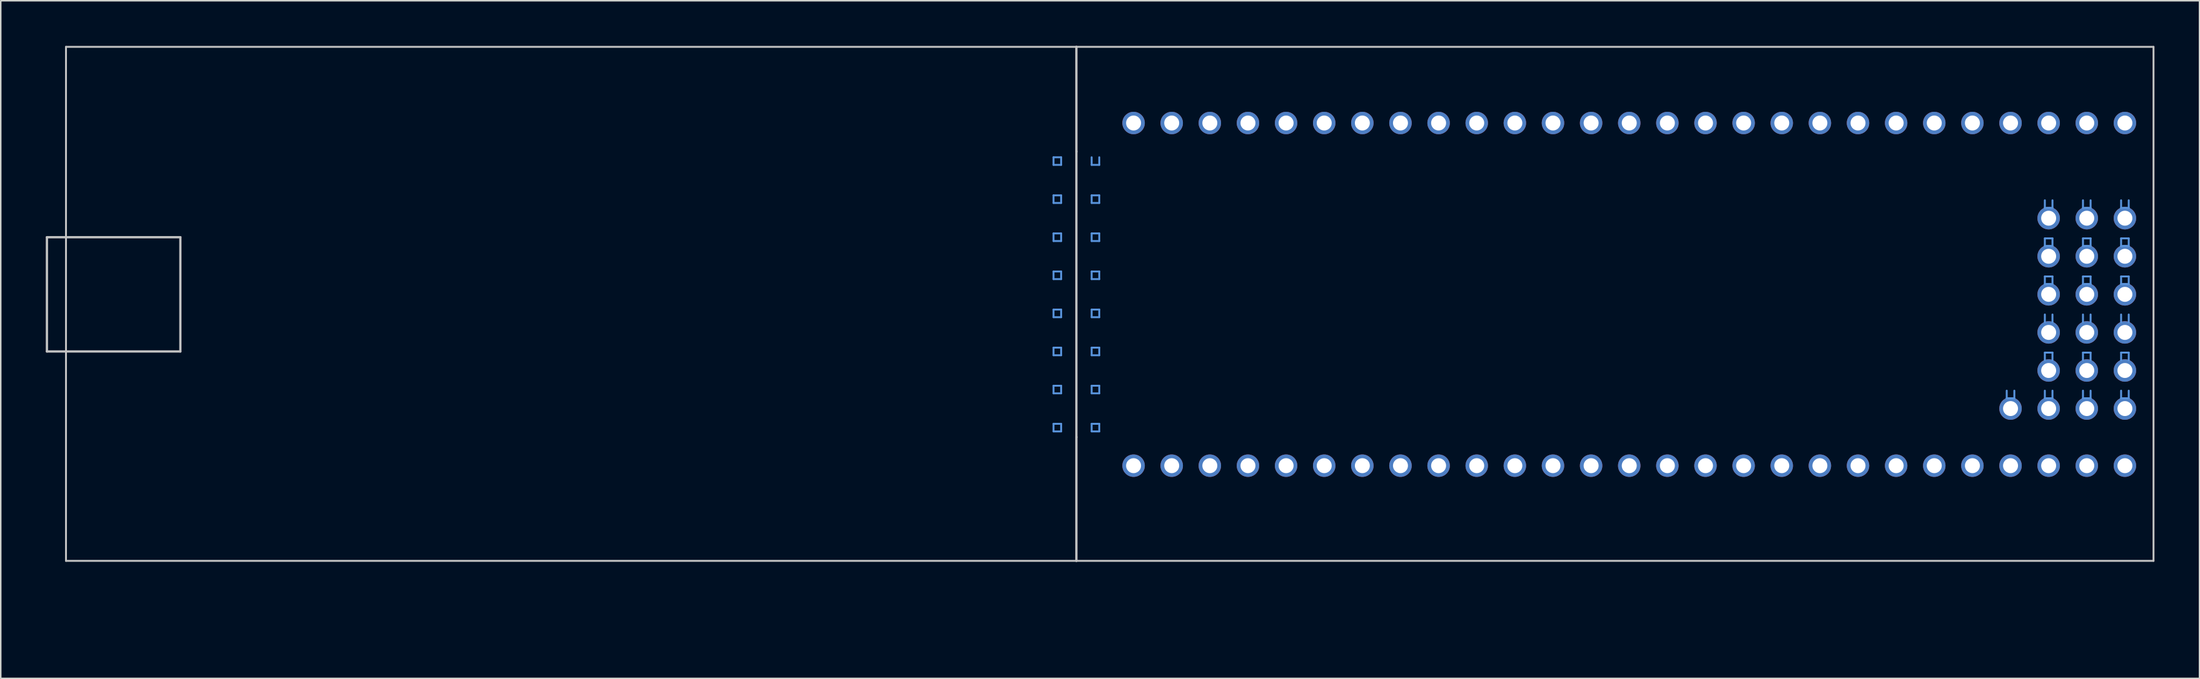
<source format=kicad_pcb>
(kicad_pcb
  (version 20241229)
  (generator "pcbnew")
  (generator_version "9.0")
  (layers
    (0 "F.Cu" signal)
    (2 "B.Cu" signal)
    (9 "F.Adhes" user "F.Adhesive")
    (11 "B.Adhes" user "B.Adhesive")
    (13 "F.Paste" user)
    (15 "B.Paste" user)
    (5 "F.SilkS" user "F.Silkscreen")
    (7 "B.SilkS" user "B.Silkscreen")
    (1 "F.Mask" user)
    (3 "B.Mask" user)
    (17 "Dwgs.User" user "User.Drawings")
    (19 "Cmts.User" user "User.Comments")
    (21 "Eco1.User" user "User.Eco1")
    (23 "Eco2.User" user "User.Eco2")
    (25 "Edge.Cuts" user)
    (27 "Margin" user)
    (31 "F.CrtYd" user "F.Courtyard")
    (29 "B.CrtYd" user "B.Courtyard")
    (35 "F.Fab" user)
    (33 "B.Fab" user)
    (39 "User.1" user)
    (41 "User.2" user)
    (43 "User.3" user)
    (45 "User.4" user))
  (footprint "LPCXPRESSO_LPC1769"
    (layer "F.Cu")
    (at 72.466 28.016)
    (property "Reference" "LPCXPRESSO_LPC1769" (at -1.778 2.413 90) (layer "Eco1.User") (effects (font (size 1 1) (thickness 0.25))))
    (attr through_hole)
    (fp_line (start -72.39 -15.24) (end -72.39 -7.62) (stroke (width 0.152) (type solid)) (layer "Dwgs.User"))
    (fp_line (start -72.39 -7.62) (end -71.12 -7.62) (stroke (width 0.152) (type solid)) (layer "Dwgs.User"))
    (fp_line (start -71.12 -27.94) (end -3.81 -27.94) (stroke (width 0.127) (type solid)) (layer "Dwgs.User"))
    (fp_line (start -71.12 -15.24) (end -72.39 -15.24) (stroke (width 0.152) (type solid)) (layer "Dwgs.User"))
    (fp_line (start -71.12 -15.24) (end -71.12 -27.94) (stroke (width 0.127) (type solid)) (layer "Dwgs.User"))
    (fp_line (start -71.12 -7.62) (end -71.12 -15.24) (stroke (width 0.127) (type solid)) (layer "Dwgs.User"))
    (fp_line (start -71.12 -7.62) (end -63.5 -7.62) (stroke (width 0.152) (type solid)) (layer "Dwgs.User"))
    (fp_line (start -71.12 6.35) (end -71.12 -7.62) (stroke (width 0.127) (type solid)) (layer "Dwgs.User"))
    (fp_line (start -63.5 -15.24) (end -71.12 -15.24) (stroke (width 0.152) (type solid)) (layer "Dwgs.User"))
    (fp_line (start -63.5 -15.24) (end -63.5 -7.62) (stroke (width 0.152) (type solid)) (layer "Dwgs.User"))
    (fp_line (start -3.81 -27.94) (end 67.945 -27.94) (stroke (width 0.127) (type solid)) (layer "Dwgs.User"))
    (fp_line (start -3.81 -20.955) (end -3.81 -27.94) (stroke (width 0.152) (type solid)) (layer "Dwgs.User"))
    (fp_line (start -3.81 -1.905) (end -3.81 -20.955) (stroke (width 0.15) (type solid)) (layer "Dwgs.User"))
    (fp_line (start -3.81 6.35) (end -71.12 6.35) (stroke (width 0.127) (type solid)) (layer "Dwgs.User"))
    (fp_line (start -3.81 6.35) (end -3.81 -1.905) (stroke (width 0.152) (type solid)) (layer "Dwgs.User"))
    (fp_line (start 67.945 -27.94) (end 67.945 6.35) (stroke (width 0.127) (type solid)) (layer "Dwgs.User"))
    (fp_line (start 67.945 6.35) (end -3.81 6.35) (stroke (width 0.127) (type solid)) (layer "Dwgs.User"))
    (fp_line (start -5.334 -20.574) (end -5.334 -20.066) (stroke (width 0.127) (type solid)) (layer "Cmts.User"))
    (fp_line (start -5.334 -20.066) (end -4.826 -20.066) (stroke (width 0.127) (type solid)) (layer "Cmts.User"))
    (fp_line (start -5.334 -18.034) (end -5.334 -17.526) (stroke (width 0.127) (type solid)) (layer "Cmts.User"))
    (fp_line (start -5.334 -17.526) (end -4.826 -17.526) (stroke (width 0.127) (type solid)) (layer "Cmts.User"))
    (fp_line (start -5.334 -15.494) (end -5.334 -14.986) (stroke (width 0.127) (type solid)) (layer "Cmts.User"))
    (fp_line (start -5.334 -14.986) (end -4.826 -14.986) (stroke (width 0.127) (type solid)) (layer "Cmts.User"))
    (fp_line (start -5.334 -12.954) (end -5.334 -12.446) (stroke (width 0.127) (type solid)) (layer "Cmts.User"))
    (fp_line (start -5.334 -12.446) (end -4.826 -12.446) (stroke (width 0.127) (type solid)) (layer "Cmts.User"))
    (fp_line (start -5.334 -10.414) (end -5.334 -9.906) (stroke (width 0.127) (type solid)) (layer "Cmts.User"))
    (fp_line (start -5.334 -9.906) (end -4.826 -9.906) (stroke (width 0.127) (type solid)) (layer "Cmts.User"))
    (fp_line (start -5.334 -7.874) (end -5.334 -7.366) (stroke (width 0.127) (type solid)) (layer "Cmts.User"))
    (fp_line (start -5.334 -7.366) (end -4.826 -7.366) (stroke (width 0.127) (type solid)) (layer "Cmts.User"))
    (fp_line (start -5.334 -5.334) (end -5.334 -4.826) (stroke (width 0.127) (type solid)) (layer "Cmts.User"))
    (fp_line (start -5.334 -4.826) (end -4.826 -4.826) (stroke (width 0.127) (type solid)) (layer "Cmts.User"))
    (fp_line (start -5.334 -2.794) (end -5.334 -2.286) (stroke (width 0.127) (type solid)) (layer "Cmts.User"))
    (fp_line (start -5.334 -2.286) (end -4.826 -2.286) (stroke (width 0.127) (type solid)) (layer "Cmts.User"))
    (fp_line (start -4.826 -20.574) (end -5.334 -20.574) (stroke (width 0.127) (type solid)) (layer "Cmts.User"))
    (fp_line (start -4.826 -20.066) (end -4.826 -20.574) (stroke (width 0.127) (type solid)) (layer "Cmts.User"))
    (fp_line (start -4.826 -18.034) (end -5.334 -18.034) (stroke (width 0.127) (type solid)) (layer "Cmts.User"))
    (fp_line (start -4.826 -17.526) (end -4.826 -18.034) (stroke (width 0.127) (type solid)) (layer "Cmts.User"))
    (fp_line (start -4.826 -15.494) (end -5.334 -15.494) (stroke (width 0.127) (type solid)) (layer "Cmts.User"))
    (fp_line (start -4.826 -14.986) (end -4.826 -15.494) (stroke (width 0.127) (type solid)) (layer "Cmts.User"))
    (fp_line (start -4.826 -12.954) (end -5.334 -12.954) (stroke (width 0.127) (type solid)) (layer "Cmts.User"))
    (fp_line (start -4.826 -12.446) (end -4.826 -12.954) (stroke (width 0.127) (type solid)) (layer "Cmts.User"))
    (fp_line (start -4.826 -10.414) (end -5.334 -10.414) (stroke (width 0.127) (type solid)) (layer "Cmts.User"))
    (fp_line (start -4.826 -9.906) (end -4.826 -10.414) (stroke (width 0.127) (type solid)) (layer "Cmts.User"))
    (fp_line (start -4.826 -7.874) (end -5.334 -7.874) (stroke (width 0.127) (type solid)) (layer "Cmts.User"))
    (fp_line (start -4.826 -7.366) (end -4.826 -7.874) (stroke (width 0.127) (type solid)) (layer "Cmts.User"))
    (fp_line (start -4.826 -5.334) (end -5.334 -5.334) (stroke (width 0.127) (type solid)) (layer "Cmts.User"))
    (fp_line (start -4.826 -4.826) (end -4.826 -5.334) (stroke (width 0.127) (type solid)) (layer "Cmts.User"))
    (fp_line (start -4.826 -2.794) (end -5.334 -2.794) (stroke (width 0.127) (type solid)) (layer "Cmts.User"))
    (fp_line (start -4.826 -2.286) (end -4.826 -2.794) (stroke (width 0.127) (type solid)) (layer "Cmts.User"))
    (fp_line (start -2.794 -20.574) (end -2.794 -20.066) (stroke (width 0.127) (type solid)) (layer "Cmts.User"))
    (fp_line (start -2.794 -20.066) (end -2.286 -20.066) (stroke (width 0.127) (type solid)) (layer "Cmts.User"))
    (fp_line (start -2.794 -18.034) (end -2.794 -17.526) (stroke (width 0.127) (type solid)) (layer "Cmts.User"))
    (fp_line (start -2.794 -17.526) (end -2.286 -17.526) (stroke (width 0.127) (type solid)) (layer "Cmts.User"))
    (fp_line (start -2.794 -15.494) (end -2.794 -14.986) (stroke (width 0.127) (type solid)) (layer "Cmts.User"))
    (fp_line (start -2.794 -14.986) (end -2.286 -14.986) (stroke (width 0.127) (type solid)) (layer "Cmts.User"))
    (fp_line (start -2.794 -12.954) (end -2.794 -12.446) (stroke (width 0.127) (type solid)) (layer "Cmts.User"))
    (fp_line (start -2.794 -12.446) (end -2.286 -12.446) (stroke (width 0.127) (type solid)) (layer "Cmts.User"))
    (fp_line (start -2.794 -10.414) (end -2.794 -9.906) (stroke (width 0.127) (type solid)) (layer "Cmts.User"))
    (fp_line (start -2.794 -9.906) (end -2.286 -9.906) (stroke (width 0.127) (type solid)) (layer "Cmts.User"))
    (fp_line (start -2.794 -7.874) (end -2.794 -7.366) (stroke (width 0.127) (type solid)) (layer "Cmts.User"))
    (fp_line (start -2.794 -7.366) (end -2.286 -7.366) (stroke (width 0.127) (type solid)) (layer "Cmts.User"))
    (fp_line (start -2.794 -5.334) (end -2.794 -4.826) (stroke (width 0.127) (type solid)) (layer "Cmts.User"))
    (fp_line (start -2.794 -4.826) (end -2.286 -4.826) (stroke (width 0.127) (type solid)) (layer "Cmts.User"))
    (fp_line (start -2.794 -2.794) (end -2.794 -2.286) (stroke (width 0.127) (type solid)) (layer "Cmts.User"))
    (fp_line (start -2.794 -2.286) (end -2.286 -2.286) (stroke (width 0.127) (type solid)) (layer "Cmts.User"))
    (fp_line (start -2.286 -20.066) (end -2.286 -20.574) (stroke (width 0.127) (type solid)) (layer "Cmts.User"))
    (fp_line (start -2.286 -18.034) (end -2.794 -18.034) (stroke (width 0.127) (type solid)) (layer "Cmts.User"))
    (fp_line (start -2.286 -17.526) (end -2.286 -18.034) (stroke (width 0.127) (type solid)) (layer "Cmts.User"))
    (fp_line (start -2.286 -15.494) (end -2.794 -15.494) (stroke (width 0.127) (type solid)) (layer "Cmts.User"))
    (fp_line (start -2.286 -14.986) (end -2.286 -15.494) (stroke (width 0.127) (type solid)) (layer "Cmts.User"))
    (fp_line (start -2.286 -12.954) (end -2.794 -12.954) (stroke (width 0.127) (type solid)) (layer "Cmts.User"))
    (fp_line (start -2.286 -12.446) (end -2.286 -12.954) (stroke (width 0.127) (type solid)) (layer "Cmts.User"))
    (fp_line (start -2.286 -10.414) (end -2.794 -10.414) (stroke (width 0.127) (type solid)) (layer "Cmts.User"))
    (fp_line (start -2.286 -9.906) (end -2.286 -10.414) (stroke (width 0.127) (type solid)) (layer "Cmts.User"))
    (fp_line (start -2.286 -7.874) (end -2.794 -7.874) (stroke (width 0.127) (type solid)) (layer "Cmts.User"))
    (fp_line (start -2.286 -7.366) (end -2.286 -7.874) (stroke (width 0.127) (type solid)) (layer "Cmts.User"))
    (fp_line (start -2.286 -5.334) (end -2.794 -5.334) (stroke (width 0.127) (type solid)) (layer "Cmts.User"))
    (fp_line (start -2.286 -4.826) (end -2.286 -5.334) (stroke (width 0.127) (type solid)) (layer "Cmts.User"))
    (fp_line (start -2.286 -2.794) (end -2.794 -2.794) (stroke (width 0.127) (type solid)) (layer "Cmts.User"))
    (fp_line (start -2.286 -2.286) (end -2.286 -2.794) (stroke (width 0.127) (type solid)) (layer "Cmts.User"))
    (fp_line (start -0.254 -23.114) (end -0.254 -22.603) (stroke (width 0.127) (type solid)) (layer "Cmts.User"))
    (fp_line (start -0.254 -22.603) (end 0.254 -22.603) (stroke (width 0.127) (type solid)) (layer "Cmts.User"))
    (fp_line (start 0.254 -23.114) (end -0.254 -23.114) (stroke (width 0.127) (type solid)) (layer "Cmts.User"))
    (fp_line (start 0.254 -22.603) (end 0.254 -23.114) (stroke (width 0.127) (type solid)) (layer "Cmts.User"))
    (fp_line (start 2.286 -23.114) (end 2.286 -22.603) (stroke (width 0.127) (type solid)) (layer "Cmts.User"))
    (fp_line (start 2.286 -22.603) (end 2.794 -22.603) (stroke (width 0.127) (type solid)) (layer "Cmts.User"))
    (fp_line (start 2.286 -0.254) (end 2.286 0.254) (stroke (width 0.127) (type solid)) (layer "Cmts.User"))
    (fp_line (start 2.286 0.254) (end 2.794 0.254) (stroke (width 0.127) (type solid)) (layer "Cmts.User"))
    (fp_line (start 2.794 -23.114) (end 2.286 -23.114) (stroke (width 0.127) (type solid)) (layer "Cmts.User"))
    (fp_line (start 2.794 -22.603) (end 2.794 -23.114) (stroke (width 0.127) (type solid)) (layer "Cmts.User"))
    (fp_line (start 2.794 0.254) (end 2.794 -0.254) (stroke (width 0.127) (type solid)) (layer "Cmts.User"))
    (fp_line (start 4.826 -23.114) (end 4.826 -22.603) (stroke (width 0.127) (type solid)) (layer "Cmts.User"))
    (fp_line (start 4.826 -22.603) (end 5.334 -22.603) (stroke (width 0.127) (type solid)) (layer "Cmts.User"))
    (fp_line (start 4.826 -0.254) (end 4.826 0.254) (stroke (width 0.127) (type solid)) (layer "Cmts.User"))
    (fp_line (start 4.826 0.254) (end 5.334 0.254) (stroke (width 0.127) (type solid)) (layer "Cmts.User"))
    (fp_line (start 5.334 -23.114) (end 4.826 -23.114) (stroke (width 0.127) (type solid)) (layer "Cmts.User"))
    (fp_line (start 5.334 -22.603) (end 5.334 -23.114) (stroke (width 0.127) (type solid)) (layer "Cmts.User"))
    (fp_line (start 5.334 0.254) (end 5.334 -0.254) (stroke (width 0.127) (type solid)) (layer "Cmts.User"))
    (fp_line (start 7.366 -23.114) (end 7.366 -22.603) (stroke (width 0.127) (type solid)) (layer "Cmts.User"))
    (fp_line (start 7.366 -22.603) (end 7.874 -22.603) (stroke (width 0.127) (type solid)) (layer "Cmts.User"))
    (fp_line (start 7.366 -0.254) (end 7.366 0.254) (stroke (width 0.127) (type solid)) (layer "Cmts.User"))
    (fp_line (start 7.366 0.254) (end 7.874 0.254) (stroke (width 0.127) (type solid)) (layer "Cmts.User"))
    (fp_line (start 7.874 -23.114) (end 7.366 -23.114) (stroke (width 0.127) (type solid)) (layer "Cmts.User"))
    (fp_line (start 7.874 -22.603) (end 7.874 -23.114) (stroke (width 0.127) (type solid)) (layer "Cmts.User"))
    (fp_line (start 7.874 0.254) (end 7.874 -0.254) (stroke (width 0.127) (type solid)) (layer "Cmts.User"))
    (fp_line (start 9.906 -23.114) (end 9.906 -22.603) (stroke (width 0.127) (type solid)) (layer "Cmts.User"))
    (fp_line (start 9.906 -22.603) (end 10.414 -22.603) (stroke (width 0.127) (type solid)) (layer "Cmts.User"))
    (fp_line (start 9.906 -0.254) (end 9.906 0.254) (stroke (width 0.127) (type solid)) (layer "Cmts.User"))
    (fp_line (start 9.906 0.254) (end 10.414 0.254) (stroke (width 0.127) (type solid)) (layer "Cmts.User"))
    (fp_line (start 10.414 -23.114) (end 9.906 -23.114) (stroke (width 0.127) (type solid)) (layer "Cmts.User"))
    (fp_line (start 10.414 -22.603) (end 10.414 -23.114) (stroke (width 0.127) (type solid)) (layer "Cmts.User"))
    (fp_line (start 10.414 0.254) (end 10.414 -0.254) (stroke (width 0.127) (type solid)) (layer "Cmts.User"))
    (fp_line (start 12.446 -23.114) (end 12.446 -22.603) (stroke (width 0.127) (type solid)) (layer "Cmts.User"))
    (fp_line (start 12.446 -22.603) (end 12.954 -22.603) (stroke (width 0.127) (type solid)) (layer "Cmts.User"))
    (fp_line (start 12.446 -0.254) (end 12.446 0.254) (stroke (width 0.127) (type solid)) (layer "Cmts.User"))
    (fp_line (start 12.446 0.254) (end 12.954 0.254) (stroke (width 0.127) (type solid)) (layer "Cmts.User"))
    (fp_line (start 12.954 -23.114) (end 12.446 -23.114) (stroke (width 0.127) (type solid)) (layer "Cmts.User"))
    (fp_line (start 12.954 -22.603) (end 12.954 -23.114) (stroke (width 0.127) (type solid)) (layer "Cmts.User"))
    (fp_line (start 12.954 0.254) (end 12.954 -0.254) (stroke (width 0.127) (type solid)) (layer "Cmts.User"))
    (fp_line (start 14.986 -23.114) (end 14.986 -22.603) (stroke (width 0.127) (type solid)) (layer "Cmts.User"))
    (fp_line (start 14.986 -22.603) (end 15.494 -22.603) (stroke (width 0.127) (type solid)) (layer "Cmts.User"))
    (fp_line (start 14.986 -0.254) (end 14.986 0.254) (stroke (width 0.127) (type solid)) (layer "Cmts.User"))
    (fp_line (start 14.986 0.254) (end 15.494 0.254) (stroke (width 0.127) (type solid)) (layer "Cmts.User"))
    (fp_line (start 15.494 -23.114) (end 14.986 -23.114) (stroke (width 0.127) (type solid)) (layer "Cmts.User"))
    (fp_line (start 15.494 -22.603) (end 15.494 -23.114) (stroke (width 0.127) (type solid)) (layer "Cmts.User"))
    (fp_line (start 15.494 0.254) (end 15.494 -0.254) (stroke (width 0.127) (type solid)) (layer "Cmts.User"))
    (fp_line (start 17.526 -23.114) (end 17.526 -22.603) (stroke (width 0.127) (type solid)) (layer "Cmts.User"))
    (fp_line (start 17.526 -22.603) (end 18.034 -22.603) (stroke (width 0.127) (type solid)) (layer "Cmts.User"))
    (fp_line (start 17.526 -0.254) (end 17.526 0.254) (stroke (width 0.127) (type solid)) (layer "Cmts.User"))
    (fp_line (start 17.526 0.254) (end 18.034 0.254) (stroke (width 0.127) (type solid)) (layer "Cmts.User"))
    (fp_line (start 18.034 -23.114) (end 17.526 -23.114) (stroke (width 0.127) (type solid)) (layer "Cmts.User"))
    (fp_line (start 18.034 -22.603) (end 18.034 -23.114) (stroke (width 0.127) (type solid)) (layer "Cmts.User"))
    (fp_line (start 18.034 0.254) (end 18.034 -0.254) (stroke (width 0.127) (type solid)) (layer "Cmts.User"))
    (fp_line (start 20.066 -23.114) (end 20.066 -22.603) (stroke (width 0.127) (type solid)) (layer "Cmts.User"))
    (fp_line (start 20.066 -22.603) (end 20.574 -22.603) (stroke (width 0.127) (type solid)) (layer "Cmts.User"))
    (fp_line (start 20.066 -0.254) (end 20.066 0.254) (stroke (width 0.127) (type solid)) (layer "Cmts.User"))
    (fp_line (start 20.066 0.254) (end 20.574 0.254) (stroke (width 0.127) (type solid)) (layer "Cmts.User"))
    (fp_line (start 20.574 -23.114) (end 20.066 -23.114) (stroke (width 0.127) (type solid)) (layer "Cmts.User"))
    (fp_line (start 20.574 -22.603) (end 20.574 -23.114) (stroke (width 0.127) (type solid)) (layer "Cmts.User"))
    (fp_line (start 20.574 0.254) (end 20.574 -0.254) (stroke (width 0.127) (type solid)) (layer "Cmts.User"))
    (fp_line (start 22.606 -23.114) (end 22.606 -22.603) (stroke (width 0.127) (type solid)) (layer "Cmts.User"))
    (fp_line (start 22.606 -22.603) (end 23.114 -22.603) (stroke (width 0.127) (type solid)) (layer "Cmts.User"))
    (fp_line (start 22.606 -0.254) (end 22.606 0.254) (stroke (width 0.127) (type solid)) (layer "Cmts.User"))
    (fp_line (start 22.606 0.254) (end 23.114 0.254) (stroke (width 0.127) (type solid)) (layer "Cmts.User"))
    (fp_line (start 23.114 -23.114) (end 22.606 -23.114) (stroke (width 0.127) (type solid)) (layer "Cmts.User"))
    (fp_line (start 23.114 -22.603) (end 23.114 -23.114) (stroke (width 0.127) (type solid)) (layer "Cmts.User"))
    (fp_line (start 23.114 0.254) (end 23.114 -0.254) (stroke (width 0.127) (type solid)) (layer "Cmts.User"))
    (fp_line (start 25.146 -23.114) (end 25.146 -22.603) (stroke (width 0.127) (type solid)) (layer "Cmts.User"))
    (fp_line (start 25.146 -22.603) (end 25.654 -22.603) (stroke (width 0.127) (type solid)) (layer "Cmts.User"))
    (fp_line (start 25.146 -0.254) (end 25.146 0.254) (stroke (width 0.127) (type solid)) (layer "Cmts.User"))
    (fp_line (start 25.146 0.254) (end 25.654 0.254) (stroke (width 0.127) (type solid)) (layer "Cmts.User"))
    (fp_line (start 25.654 -23.114) (end 25.146 -23.114) (stroke (width 0.127) (type solid)) (layer "Cmts.User"))
    (fp_line (start 25.654 -22.603) (end 25.654 -23.114) (stroke (width 0.127) (type solid)) (layer "Cmts.User"))
    (fp_line (start 25.654 0.254) (end 25.654 -0.254) (stroke (width 0.127) (type solid)) (layer "Cmts.User"))
    (fp_line (start 27.686 -23.114) (end 27.686 -22.603) (stroke (width 0.127) (type solid)) (layer "Cmts.User"))
    (fp_line (start 27.686 -22.603) (end 28.194 -22.603) (stroke (width 0.127) (type solid)) (layer "Cmts.User"))
    (fp_line (start 27.686 -0.254) (end 27.686 0.254) (stroke (width 0.127) (type solid)) (layer "Cmts.User"))
    (fp_line (start 28.194 -23.114) (end 27.686 -23.114) (stroke (width 0.127) (type solid)) (layer "Cmts.User"))
    (fp_line (start 28.194 -22.603) (end 28.194 -23.114) (stroke (width 0.127) (type solid)) (layer "Cmts.User"))
    (fp_line (start 28.194 0.254) (end 28.194 -0.254) (stroke (width 0.127) (type solid)) (layer "Cmts.User"))
    (fp_line (start 30.226 -23.114) (end 30.226 -22.603) (stroke (width 0.127) (type solid)) (layer "Cmts.User"))
    (fp_line (start 30.226 -22.603) (end 30.734 -22.603) (stroke (width 0.127) (type solid)) (layer "Cmts.User"))
    (fp_line (start 30.226 -0.254) (end 30.226 0.254) (stroke (width 0.127) (type solid)) (layer "Cmts.User"))
    (fp_line (start 30.226 0.254) (end 30.734 0.254) (stroke (width 0.127) (type solid)) (layer "Cmts.User"))
    (fp_line (start 30.734 -23.114) (end 30.226 -23.114) (stroke (width 0.127) (type solid)) (layer "Cmts.User"))
    (fp_line (start 30.734 -22.603) (end 30.734 -23.114) (stroke (width 0.127) (type solid)) (layer "Cmts.User"))
    (fp_line (start 30.734 0.254) (end 30.734 -0.254) (stroke (width 0.127) (type solid)) (layer "Cmts.User"))
    (fp_line (start 32.766 -23.114) (end 32.766 -22.603) (stroke (width 0.127) (type solid)) (layer "Cmts.User"))
    (fp_line (start 32.766 -22.603) (end 33.274 -22.603) (stroke (width 0.127) (type solid)) (layer "Cmts.User"))
    (fp_line (start 32.766 -0.254) (end 32.766 0.254) (stroke (width 0.127) (type solid)) (layer "Cmts.User"))
    (fp_line (start 32.766 0.254) (end 33.274 0.254) (stroke (width 0.127) (type solid)) (layer "Cmts.User"))
    (fp_line (start 33.274 -23.114) (end 32.766 -23.114) (stroke (width 0.127) (type solid)) (layer "Cmts.User"))
    (fp_line (start 33.274 -22.603) (end 33.274 -23.114) (stroke (width 0.127) (type solid)) (layer "Cmts.User"))
    (fp_line (start 33.274 0.254) (end 33.274 -0.254) (stroke (width 0.127) (type solid)) (layer "Cmts.User"))
    (fp_line (start 35.306 -23.114) (end 35.306 -22.603) (stroke (width 0.127) (type solid)) (layer "Cmts.User"))
    (fp_line (start 35.306 -22.603) (end 35.814 -22.603) (stroke (width 0.127) (type solid)) (layer "Cmts.User"))
    (fp_line (start 35.306 -0.254) (end 35.306 0.254) (stroke (width 0.127) (type solid)) (layer "Cmts.User"))
    (fp_line (start 35.306 0.254) (end 35.814 0.254) (stroke (width 0.127) (type solid)) (layer "Cmts.User"))
    (fp_line (start 35.814 -23.114) (end 35.306 -23.114) (stroke (width 0.127) (type solid)) (layer "Cmts.User"))
    (fp_line (start 35.814 -22.603) (end 35.814 -23.114) (stroke (width 0.127) (type solid)) (layer "Cmts.User"))
    (fp_line (start 35.814 0.254) (end 35.814 -0.254) (stroke (width 0.127) (type solid)) (layer "Cmts.User"))
    (fp_line (start 37.846 -23.114) (end 37.846 -22.603) (stroke (width 0.127) (type solid)) (layer "Cmts.User"))
    (fp_line (start 37.846 -22.603) (end 38.354 -22.603) (stroke (width 0.127) (type solid)) (layer "Cmts.User"))
    (fp_line (start 37.846 -0.254) (end 37.846 0.254) (stroke (width 0.127) (type solid)) (layer "Cmts.User"))
    (fp_line (start 37.846 0.254) (end 38.354 0.254) (stroke (width 0.127) (type solid)) (layer "Cmts.User"))
    (fp_line (start 38.354 -23.114) (end 37.846 -23.114) (stroke (width 0.127) (type solid)) (layer "Cmts.User"))
    (fp_line (start 38.354 -22.603) (end 38.354 -23.114) (stroke (width 0.127) (type solid)) (layer "Cmts.User"))
    (fp_line (start 38.354 0.254) (end 38.354 -0.254) (stroke (width 0.127) (type solid)) (layer "Cmts.User"))
    (fp_line (start 40.386 -23.114) (end 40.386 -22.603) (stroke (width 0.127) (type solid)) (layer "Cmts.User"))
    (fp_line (start 40.386 -22.603) (end 40.894 -22.603) (stroke (width 0.127) (type solid)) (layer "Cmts.User"))
    (fp_line (start 40.386 -0.254) (end 40.386 0.254) (stroke (width 0.127) (type solid)) (layer "Cmts.User"))
    (fp_line (start 40.386 0.254) (end 40.894 0.254) (stroke (width 0.127) (type solid)) (layer "Cmts.User"))
    (fp_line (start 40.894 -23.114) (end 40.386 -23.114) (stroke (width 0.127) (type solid)) (layer "Cmts.User"))
    (fp_line (start 40.894 -22.603) (end 40.894 -23.114) (stroke (width 0.127) (type solid)) (layer "Cmts.User"))
    (fp_line (start 40.894 0.254) (end 40.894 -0.254) (stroke (width 0.127) (type solid)) (layer "Cmts.User"))
    (fp_line (start 42.926 -23.114) (end 42.926 -22.603) (stroke (width 0.127) (type solid)) (layer "Cmts.User"))
    (fp_line (start 42.926 -22.603) (end 43.434 -22.603) (stroke (width 0.127) (type solid)) (layer "Cmts.User"))
    (fp_line (start 42.926 -0.254) (end 42.926 0.254) (stroke (width 0.127) (type solid)) (layer "Cmts.User"))
    (fp_line (start 42.926 0.254) (end 43.434 0.254) (stroke (width 0.127) (type solid)) (layer "Cmts.User"))
    (fp_line (start 43.434 -23.114) (end 42.926 -23.114) (stroke (width 0.127) (type solid)) (layer "Cmts.User"))
    (fp_line (start 43.434 -22.603) (end 43.434 -23.114) (stroke (width 0.127) (type solid)) (layer "Cmts.User"))
    (fp_line (start 43.434 0.254) (end 43.434 -0.254) (stroke (width 0.127) (type solid)) (layer "Cmts.User"))
    (fp_line (start 45.466 -23.114) (end 45.466 -22.603) (stroke (width 0.127) (type solid)) (layer "Cmts.User"))
    (fp_line (start 45.466 -22.603) (end 45.974 -22.603) (stroke (width 0.127) (type solid)) (layer "Cmts.User"))
    (fp_line (start 45.466 -0.254) (end 45.466 0.254) (stroke (width 0.127) (type solid)) (layer "Cmts.User"))
    (fp_line (start 45.466 0.254) (end 45.974 0.254) (stroke (width 0.127) (type solid)) (layer "Cmts.User"))
    (fp_line (start 45.974 -23.114) (end 45.466 -23.114) (stroke (width 0.127) (type solid)) (layer "Cmts.User"))
    (fp_line (start 45.974 -22.603) (end 45.974 -23.114) (stroke (width 0.127) (type solid)) (layer "Cmts.User"))
    (fp_line (start 45.974 0.254) (end 45.974 -0.254) (stroke (width 0.127) (type solid)) (layer "Cmts.User"))
    (fp_line (start 48.006 -23.114) (end 48.006 -22.603) (stroke (width 0.127) (type solid)) (layer "Cmts.User"))
    (fp_line (start 48.006 -22.603) (end 48.514 -22.603) (stroke (width 0.127) (type solid)) (layer "Cmts.User"))
    (fp_line (start 48.006 -0.254) (end 48.006 0.254) (stroke (width 0.127) (type solid)) (layer "Cmts.User"))
    (fp_line (start 48.006 0.254) (end 48.514 0.254) (stroke (width 0.127) (type solid)) (layer "Cmts.User"))
    (fp_line (start 48.514 -23.114) (end 48.006 -23.114) (stroke (width 0.127) (type solid)) (layer "Cmts.User"))
    (fp_line (start 48.514 -22.603) (end 48.514 -23.114) (stroke (width 0.127) (type solid)) (layer "Cmts.User"))
    (fp_line (start 48.514 0.254) (end 48.514 -0.254) (stroke (width 0.127) (type solid)) (layer "Cmts.User"))
    (fp_line (start 50.546 -23.114) (end 50.546 -22.603) (stroke (width 0.127) (type solid)) (layer "Cmts.User"))
    (fp_line (start 50.546 -22.603) (end 51.054 -22.603) (stroke (width 0.127) (type solid)) (layer "Cmts.User"))
    (fp_line (start 50.546 -0.254) (end 50.546 0.254) (stroke (width 0.127) (type solid)) (layer "Cmts.User"))
    (fp_line (start 50.546 0.254) (end 51.054 0.254) (stroke (width 0.127) (type solid)) (layer "Cmts.User"))
    (fp_line (start 51.054 -23.114) (end 50.546 -23.114) (stroke (width 0.127) (type solid)) (layer "Cmts.User"))
    (fp_line (start 51.054 -22.603) (end 51.054 -23.114) (stroke (width 0.127) (type solid)) (layer "Cmts.User"))
    (fp_line (start 51.054 0.254) (end 51.054 -0.254) (stroke (width 0.127) (type solid)) (layer "Cmts.User"))
    (fp_line (start 53.086 -23.114) (end 53.086 -22.603) (stroke (width 0.127) (type solid)) (layer "Cmts.User"))
    (fp_line (start 53.086 -22.603) (end 53.594 -22.603) (stroke (width 0.127) (type solid)) (layer "Cmts.User"))
    (fp_line (start 53.086 -0.254) (end 53.086 0.254) (stroke (width 0.127) (type solid)) (layer "Cmts.User"))
    (fp_line (start 53.086 0.254) (end 53.594 0.254) (stroke (width 0.127) (type solid)) (layer "Cmts.User"))
    (fp_line (start 53.594 -23.114) (end 53.086 -23.114) (stroke (width 0.127) (type solid)) (layer "Cmts.User"))
    (fp_line (start 53.594 -22.603) (end 53.594 -23.114) (stroke (width 0.127) (type solid)) (layer "Cmts.User"))
    (fp_line (start 53.594 0.254) (end 53.594 -0.254) (stroke (width 0.127) (type solid)) (layer "Cmts.User"))
    (fp_line (start 55.626 -23.114) (end 55.626 -22.603) (stroke (width 0.127) (type solid)) (layer "Cmts.User"))
    (fp_line (start 55.626 -22.603) (end 56.134 -22.603) (stroke (width 0.127) (type solid)) (layer "Cmts.User"))
    (fp_line (start 55.626 -0.254) (end 55.626 0.254) (stroke (width 0.127) (type solid)) (layer "Cmts.User"))
    (fp_line (start 55.626 0.254) (end 56.134 0.254) (stroke (width 0.127) (type solid)) (layer "Cmts.User"))
    (fp_line (start 56.134 -23.114) (end 55.626 -23.114) (stroke (width 0.127) (type solid)) (layer "Cmts.User"))
    (fp_line (start 56.134 -22.603) (end 56.134 -23.114) (stroke (width 0.127) (type solid)) (layer "Cmts.User"))
    (fp_line (start 56.134 0.254) (end 56.134 -0.254) (stroke (width 0.127) (type solid)) (layer "Cmts.User"))
    (fp_line (start 58.166 -23.114) (end 58.166 -22.603) (stroke (width 0.127) (type solid)) (layer "Cmts.User"))
    (fp_line (start 58.166 -22.603) (end 58.674 -22.603) (stroke (width 0.127) (type solid)) (layer "Cmts.User"))
    (fp_line (start 58.166 -5.004) (end 58.166 -4.496) (stroke (width 0.127) (type solid)) (layer "Cmts.User"))
    (fp_line (start 58.166 -4.496) (end 58.674 -4.496) (stroke (width 0.127) (type solid)) (layer "Cmts.User"))
    (fp_line (start 58.166 -0.254) (end 58.166 0.254) (stroke (width 0.127) (type solid)) (layer "Cmts.User"))
    (fp_line (start 58.166 0.254) (end 58.674 0.254) (stroke (width 0.127) (type solid)) (layer "Cmts.User"))
    (fp_line (start 58.674 -23.114) (end 58.166 -23.114) (stroke (width 0.127) (type solid)) (layer "Cmts.User"))
    (fp_line (start 58.674 -22.603) (end 58.674 -23.114) (stroke (width 0.127) (type solid)) (layer "Cmts.User"))
    (fp_line (start 58.674 -4.496) (end 58.674 -5.004) (stroke (width 0.127) (type solid)) (layer "Cmts.User"))
    (fp_line (start 58.674 0.254) (end 58.674 -0.254) (stroke (width 0.127) (type solid)) (layer "Cmts.User"))
    (fp_line (start 60.706 -23.114) (end 60.706 -22.603) (stroke (width 0.127) (type solid)) (layer "Cmts.User"))
    (fp_line (start 60.706 -22.603) (end 61.214 -22.603) (stroke (width 0.127) (type solid)) (layer "Cmts.User"))
    (fp_line (start 60.706 -17.704) (end 60.706 -17.196) (stroke (width 0.127) (type solid)) (layer "Cmts.User"))
    (fp_line (start 60.706 -17.196) (end 61.214 -17.196) (stroke (width 0.127) (type solid)) (layer "Cmts.User"))
    (fp_line (start 60.706 -15.164) (end 60.706 -14.656) (stroke (width 0.127) (type solid)) (layer "Cmts.User"))
    (fp_line (start 60.706 -14.656) (end 61.214 -14.656) (stroke (width 0.127) (type solid)) (layer "Cmts.User"))
    (fp_line (start 60.706 -12.624) (end 60.706 -12.116) (stroke (width 0.127) (type solid)) (layer "Cmts.User"))
    (fp_line (start 60.706 -12.116) (end 61.214 -12.116) (stroke (width 0.127) (type solid)) (layer "Cmts.User"))
    (fp_line (start 60.706 -10.084) (end 60.706 -9.576) (stroke (width 0.127) (type solid)) (layer "Cmts.User"))
    (fp_line (start 60.706 -7.544) (end 60.706 -7.036) (stroke (width 0.127) (type solid)) (layer "Cmts.User"))
    (fp_line (start 60.706 -5.004) (end 60.706 -4.496) (stroke (width 0.127) (type solid)) (layer "Cmts.User"))
    (fp_line (start 60.706 -4.496) (end 61.214 -4.496) (stroke (width 0.127) (type solid)) (layer "Cmts.User"))
    (fp_line (start 60.706 -0.254) (end 60.706 0.254) (stroke (width 0.127) (type solid)) (layer "Cmts.User"))
    (fp_line (start 60.706 0.254) (end 61.214 0.254) (stroke (width 0.127) (type solid)) (layer "Cmts.User"))
    (fp_line (start 61.214 -23.114) (end 60.706 -23.114) (stroke (width 0.127) (type solid)) (layer "Cmts.User"))
    (fp_line (start 61.214 -22.603) (end 61.214 -23.114) (stroke (width 0.127) (type solid)) (layer "Cmts.User"))
    (fp_line (start 61.214 -17.196) (end 61.214 -17.704) (stroke (width 0.127) (type solid)) (layer "Cmts.User"))
    (fp_line (start 61.214 -15.164) (end 60.706 -15.164) (stroke (width 0.127) (type solid)) (layer "Cmts.User"))
    (fp_line (start 61.214 -14.656) (end 61.214 -15.164) (stroke (width 0.127) (type solid)) (layer "Cmts.User"))
    (fp_line (start 61.214 -12.624) (end 60.706 -12.624) (stroke (width 0.127) (type solid)) (layer "Cmts.User"))
    (fp_line (start 61.214 -12.116) (end 61.214 -12.624) (stroke (width 0.127) (type solid)) (layer "Cmts.User"))
    (fp_line (start 61.214 -9.576) (end 61.214 -10.084) (stroke (width 0.127) (type solid)) (layer "Cmts.User"))
    (fp_line (start 61.214 -7.544) (end 60.706 -7.544) (stroke (width 0.127) (type solid)) (layer "Cmts.User"))
    (fp_line (start 61.214 -7.036) (end 61.214 -7.544) (stroke (width 0.127) (type solid)) (layer "Cmts.User"))
    (fp_line (start 61.214 -4.496) (end 61.214 -5.004) (stroke (width 0.127) (type solid)) (layer "Cmts.User"))
    (fp_line (start 61.214 0.254) (end 61.214 -0.254) (stroke (width 0.127) (type solid)) (layer "Cmts.User"))
    (fp_line (start 63.246 -23.114) (end 63.246 -22.603) (stroke (width 0.127) (type solid)) (layer "Cmts.User"))
    (fp_line (start 63.246 -22.603) (end 63.754 -22.603) (stroke (width 0.127) (type solid)) (layer "Cmts.User"))
    (fp_line (start 63.246 -17.704) (end 63.246 -17.196) (stroke (width 0.127) (type solid)) (layer "Cmts.User"))
    (fp_line (start 63.246 -17.196) (end 63.754 -17.196) (stroke (width 0.127) (type solid)) (layer "Cmts.User"))
    (fp_line (start 63.246 -15.164) (end 63.246 -14.656) (stroke (width 0.127) (type solid)) (layer "Cmts.User"))
    (fp_line (start 63.246 -14.656) (end 63.754 -14.656) (stroke (width 0.127) (type solid)) (layer "Cmts.User"))
    (fp_line (start 63.246 -12.624) (end 63.246 -12.116) (stroke (width 0.127) (type solid)) (layer "Cmts.User"))
    (fp_line (start 63.246 -12.116) (end 63.754 -12.116) (stroke (width 0.127) (type solid)) (layer "Cmts.User"))
    (fp_line (start 63.246 -10.084) (end 63.246 -9.576) (stroke (width 0.127) (type solid)) (layer "Cmts.User"))
    (fp_line (start 63.246 -7.544) (end 63.246 -7.036) (stroke (width 0.127) (type solid)) (layer "Cmts.User"))
    (fp_line (start 63.246 -5.004) (end 63.246 -4.496) (stroke (width 0.127) (type solid)) (layer "Cmts.User"))
    (fp_line (start 63.246 -4.496) (end 63.754 -4.496) (stroke (width 0.127) (type solid)) (layer "Cmts.User"))
    (fp_line (start 63.246 -0.254) (end 63.246 0.254) (stroke (width 0.127) (type solid)) (layer "Cmts.User"))
    (fp_line (start 63.246 0.254) (end 63.754 0.254) (stroke (width 0.127) (type solid)) (layer "Cmts.User"))
    (fp_line (start 63.754 -23.114) (end 63.246 -23.114) (stroke (width 0.127) (type solid)) (layer "Cmts.User"))
    (fp_line (start 63.754 -22.603) (end 63.754 -23.114) (stroke (width 0.127) (type solid)) (layer "Cmts.User"))
    (fp_line (start 63.754 -17.196) (end 63.754 -17.704) (stroke (width 0.127) (type solid)) (layer "Cmts.User"))
    (fp_line (start 63.754 -15.164) (end 63.246 -15.164) (stroke (width 0.127) (type solid)) (layer "Cmts.User"))
    (fp_line (start 63.754 -14.656) (end 63.754 -15.164) (stroke (width 0.127) (type solid)) (layer "Cmts.User"))
    (fp_line (start 63.754 -12.624) (end 63.246 -12.624) (stroke (width 0.127) (type solid)) (layer "Cmts.User"))
    (fp_line (start 63.754 -12.116) (end 63.754 -12.624) (stroke (width 0.127) (type solid)) (layer "Cmts.User"))
    (fp_line (start 63.754 -9.576) (end 63.754 -10.084) (stroke (width 0.127) (type solid)) (layer "Cmts.User"))
    (fp_line (start 63.754 -7.544) (end 63.246 -7.544) (stroke (width 0.127) (type solid)) (layer "Cmts.User"))
    (fp_line (start 63.754 -7.036) (end 63.754 -7.544) (stroke (width 0.127) (type solid)) (layer "Cmts.User"))
    (fp_line (start 63.754 -4.496) (end 63.754 -5.004) (stroke (width 0.127) (type solid)) (layer "Cmts.User"))
    (fp_line (start 63.754 0.254) (end 63.754 -0.254) (stroke (width 0.127) (type solid)) (layer "Cmts.User"))
    (fp_line (start 65.786 -23.114) (end 65.786 -22.603) (stroke (width 0.127) (type solid)) (layer "Cmts.User"))
    (fp_line (start 65.786 -22.603) (end 66.294 -22.603) (stroke (width 0.127) (type solid)) (layer "Cmts.User"))
    (fp_line (start 65.786 -17.704) (end 65.786 -17.196) (stroke (width 0.127) (type solid)) (layer "Cmts.User"))
    (fp_line (start 65.786 -17.196) (end 66.294 -17.196) (stroke (width 0.127) (type solid)) (layer "Cmts.User"))
    (fp_line (start 65.786 -15.164) (end 65.786 -14.656) (stroke (width 0.127) (type solid)) (layer "Cmts.User"))
    (fp_line (start 65.786 -14.656) (end 66.294 -14.656) (stroke (width 0.127) (type solid)) (layer "Cmts.User"))
    (fp_line (start 65.786 -12.624) (end 65.786 -12.116) (stroke (width 0.127) (type solid)) (layer "Cmts.User"))
    (fp_line (start 65.786 -12.116) (end 66.294 -12.116) (stroke (width 0.127) (type solid)) (layer "Cmts.User"))
    (fp_line (start 65.786 -10.084) (end 65.786 -9.576) (stroke (width 0.127) (type solid)) (layer "Cmts.User"))
    (fp_line (start 65.786 -7.544) (end 65.786 -7.036) (stroke (width 0.127) (type solid)) (layer "Cmts.User"))
    (fp_line (start 65.786 -5.004) (end 65.786 -4.496) (stroke (width 0.127) (type solid)) (layer "Cmts.User"))
    (fp_line (start 65.786 -4.496) (end 66.294 -4.496) (stroke (width 0.127) (type solid)) (layer "Cmts.User"))
    (fp_line (start 65.786 -0.254) (end 65.786 0.254) (stroke (width 0.127) (type solid)) (layer "Cmts.User"))
    (fp_line (start 65.786 0.254) (end 66.294 0.254) (stroke (width 0.127) (type solid)) (layer "Cmts.User"))
    (fp_line (start 66.294 -23.114) (end 65.786 -23.114) (stroke (width 0.127) (type solid)) (layer "Cmts.User"))
    (fp_line (start 66.294 -22.603) (end 66.294 -23.114) (stroke (width 0.127) (type solid)) (layer "Cmts.User"))
    (fp_line (start 66.294 -17.196) (end 66.294 -17.704) (stroke (width 0.127) (type solid)) (layer "Cmts.User"))
    (fp_line (start 66.294 -15.164) (end 65.786 -15.164) (stroke (width 0.127) (type solid)) (layer "Cmts.User"))
    (fp_line (start 66.294 -14.656) (end 66.294 -15.164) (stroke (width 0.127) (type solid)) (layer "Cmts.User"))
    (fp_line (start 66.294 -12.624) (end 65.786 -12.624) (stroke (width 0.127) (type solid)) (layer "Cmts.User"))
    (fp_line (start 66.294 -12.116) (end 66.294 -12.624) (stroke (width 0.127) (type solid)) (layer "Cmts.User"))
    (fp_line (start 66.294 -9.576) (end 66.294 -10.084) (stroke (width 0.127) (type solid)) (layer "Cmts.User"))
    (fp_line (start 66.294 -7.544) (end 65.786 -7.544) (stroke (width 0.127) (type solid)) (layer "Cmts.User"))
    (fp_line (start 66.294 -7.036) (end 66.294 -7.544) (stroke (width 0.127) (type solid)) (layer "Cmts.User"))
    (fp_line (start 66.294 -4.496) (end 66.294 -5.004) (stroke (width 0.127) (type solid)) (layer "Cmts.User"))
    (fp_line (start 66.294 0.254) (end 66.294 -0.254) (stroke (width 0.127) (type solid)) (layer "Cmts.User"))
    (pad "1" thru_hole oval (at 0 0) (size 1.496 1.496) (drill 0.998) (layers "*.Cu" "*.Mask"))
    (pad "2" thru_hole oval (at 2.54 0) (size 1.496 1.496) (drill 0.998) (layers "*.Cu" "*.Mask"))
    (pad "3" thru_hole oval (at 5.08 0) (size 1.496 1.496) (drill 0.998) (layers "*.Cu" "*.Mask"))
    (pad "4" thru_hole oval (at 7.62 0) (size 1.496 1.496) (drill 0.998) (layers "*.Cu" "*.Mask"))
    (pad "5" thru_hole oval (at 10.16 0 90) (size 1.496 1.496) (drill 0.998) (layers "*.Cu" "*.Mask"))
    (pad "6" thru_hole oval (at 12.7 0) (size 1.496 1.496) (drill 0.998) (layers "*.Cu" "*.Mask"))
    (pad "7" thru_hole oval (at 15.24 0) (size 1.496 1.496) (drill 0.998) (layers "*.Cu" "*.Mask"))
    (pad "8" thru_hole oval (at 17.78 0) (size 1.496 1.496) (drill 0.998) (layers "*.Cu" "*.Mask"))
    (pad "9" thru_hole oval (at 20.32 0) (size 1.496 1.496) (drill 0.998) (layers "*.Cu" "*.Mask"))
    (pad "10" thru_hole oval (at 22.86 0) (size 1.496 1.496) (drill 0.998) (layers "*.Cu" "*.Mask"))
    (pad "11" thru_hole oval (at 25.4 0) (size 1.496 1.496) (drill 0.998) (layers "*.Cu" "*.Mask"))
    (pad "12" thru_hole oval (at 27.94 0) (size 1.496 1.496) (drill 0.998) (layers "*.Cu" "*.Mask"))
    (pad "13" thru_hole oval (at 30.48 0) (size 1.496 1.496) (drill 0.998) (layers "*.Cu" "*.Mask"))
    (pad "14" thru_hole oval (at 33.02 0) (size 1.496 1.496) (drill 0.998) (layers "*.Cu" "*.Mask"))
    (pad "15" thru_hole oval (at 35.56 0) (size 1.496 1.496) (drill 0.998) (layers "*.Cu" "*.Mask"))
    (pad "16" thru_hole oval (at 38.1 0) (size 1.496 1.496) (drill 0.998) (layers "*.Cu" "*.Mask"))
    (pad "17" thru_hole oval (at 40.64 0) (size 1.496 1.496) (drill 0.998) (layers "*.Cu" "*.Mask"))
    (pad "18" thru_hole oval (at 43.18 0) (size 1.496 1.496) (drill 0.998) (layers "*.Cu" "*.Mask"))
    (pad "19" thru_hole oval (at 45.72 0) (size 1.496 1.496) (drill 0.998) (layers "*.Cu" "*.Mask"))
    (pad "20" thru_hole oval (at 48.26 0) (size 1.496 1.496) (drill 0.998) (layers "*.Cu" "*.Mask"))
    (pad "21" thru_hole oval (at 50.8 0) (size 1.496 1.496) (drill 0.998) (layers "*.Cu" "*.Mask"))
    (pad "22" thru_hole oval (at 53.34 0) (size 1.496 1.496) (drill 0.998) (layers "*.Cu" "*.Mask"))
    (pad "23" thru_hole oval (at 55.88 0) (size 1.496 1.496) (drill 0.998) (layers "*.Cu" "*.Mask"))
    (pad "24" thru_hole oval (at 58.42 0) (size 1.496 1.496) (drill 0.998) (layers "*.Cu" "*.Mask"))
    (pad "25" thru_hole oval (at 60.96 0 90) (size 1.496 1.496) (drill 0.998) (layers "*.Cu" "*.Mask"))
    (pad "26" thru_hole oval (at 63.5 0) (size 1.496 1.496) (drill 0.998) (layers "*.Cu" "*.Mask"))
    (pad "27" thru_hole oval (at 66.04 0) (size 1.496 1.496) (drill 0.998) (layers "*.Cu" "*.Mask"))
    (pad "28" thru_hole oval (at 0 -22.86) (size 1.496 1.496) (drill 0.998) (layers "*.Cu" "*.Mask"))
    (pad "29" thru_hole oval (at 2.54 -22.86) (size 1.496 1.496) (drill 0.998) (layers "*.Cu" "*.Mask"))
    (pad "30" thru_hole oval (at 5.08 -22.86) (size 1.496 1.496) (drill 0.998) (layers "*.Cu" "*.Mask"))
    (pad "31" thru_hole oval (at 7.62 -22.86) (size 1.496 1.496) (drill 0.998) (layers "*.Cu" "*.Mask"))
    (pad "32" thru_hole oval (at 10.16 -22.86 90) (size 1.496 1.496) (drill 0.998) (layers "*.Cu" "*.Mask"))
    (pad "33" thru_hole oval (at 12.7 -22.86) (size 1.496 1.496) (drill 0.998) (layers "*.Cu" "*.Mask"))
    (pad "34" thru_hole oval (at 15.24 -22.86) (size 1.496 1.496) (drill 0.998) (layers "*.Cu" "*.Mask"))
    (pad "35" thru_hole oval (at 17.78 -22.86) (size 1.496 1.496) (drill 0.998) (layers "*.Cu" "*.Mask"))
    (pad "36" thru_hole oval (at 20.32 -22.86) (size 1.496 1.496) (drill 0.998) (layers "*.Cu" "*.Mask"))
    (pad "37" thru_hole oval (at 22.86 -22.86) (size 1.496 1.496) (drill 0.998) (layers "*.Cu" "*.Mask"))
    (pad "38" thru_hole oval (at 25.4 -22.86) (size 1.496 1.496) (drill 0.998) (layers "*.Cu" "*.Mask"))
    (pad "39" thru_hole oval (at 27.94 -22.86) (size 1.496 1.496) (drill 0.998) (layers "*.Cu" "*.Mask"))
    (pad "40" thru_hole oval (at 30.48 -22.86) (size 1.496 1.496) (drill 0.998) (layers "*.Cu" "*.Mask"))
    (pad "41" thru_hole oval (at 33.02 -22.86) (size 1.496 1.496) (drill 0.998) (layers "*.Cu" "*.Mask"))
    (pad "42" thru_hole oval (at 35.56 -22.86) (size 1.496 1.496) (drill 0.998) (layers "*.Cu" "*.Mask"))
    (pad "43" thru_hole oval (at 38.1 -22.86) (size 1.496 1.496) (drill 0.998) (layers "*.Cu" "*.Mask"))
    (pad "44" thru_hole oval (at 40.64 -22.86) (size 1.496 1.496) (drill 0.998) (layers "*.Cu" "*.Mask"))
    (pad "45" thru_hole oval (at 43.18 -22.86) (size 1.496 1.496) (drill 0.998) (layers "*.Cu" "*.Mask"))
    (pad "46" thru_hole oval (at 45.72 -22.86) (size 1.496 1.496) (drill 0.998) (layers "*.Cu" "*.Mask"))
    (pad "47" thru_hole oval (at 48.26 -22.86) (size 1.496 1.496) (drill 0.998) (layers "*.Cu" "*.Mask"))
    (pad "48" thru_hole oval (at 50.8 -22.86) (size 1.496 1.496) (drill 0.998) (layers "*.Cu" "*.Mask"))
    (pad "49" thru_hole oval (at 53.34 -22.86) (size 1.496 1.496) (drill 0.998) (layers "*.Cu" "*.Mask"))
    (pad "50" thru_hole oval (at 55.88 -22.86) (size 1.496 1.496) (drill 0.998) (layers "*.Cu" "*.Mask"))
    (pad "51" thru_hole oval (at 58.42 -22.86) (size 1.496 1.496) (drill 0.998) (layers "*.Cu" "*.Mask"))
    (pad "52" thru_hole oval (at 60.96 -22.86 90) (size 1.496 1.496) (drill 0.998) (layers "*.Cu" "*.Mask"))
    (pad "53" thru_hole oval (at 63.5 -22.86) (size 1.496 1.496) (drill 0.998) (layers "*.Cu" "*.Mask"))
    (pad "54" thru_hole oval (at 66.04 -22.86) (size 1.496 1.496) (drill 0.998) (layers "*.Cu" "*.Mask"))
    (pad "55" thru_hole oval (at 58.42 -3.81) (size 1.496 1.496) (drill 0.998) (layers "*.Cu" "*.Mask"))
    (pad "56" thru_hole oval (at 60.96 -3.81) (size 1.496 1.496) (drill 0.998) (layers "*.Cu" "*.Mask"))
    (pad "57" thru_hole oval (at 63.5 -3.81) (size 1.496 1.496) (drill 0.998) (layers "*.Cu" "*.Mask"))
    (pad "58" thru_hole oval (at 66.04 -3.81) (size 1.496 1.496) (drill 0.998) (layers "*.Cu" "*.Mask"))
    (pad "59" thru_hole oval (at 60.96 -6.35) (size 1.496 1.496) (drill 0.998) (layers "*.Cu" "*.Mask"))
    (pad "60" thru_hole oval (at 63.5 -6.35) (size 1.496 1.496) (drill 0.998) (layers "*.Cu" "*.Mask"))
    (pad "61" thru_hole oval (at 66.04 -6.35) (size 1.496 1.496) (drill 0.998) (layers "*.Cu" "*.Mask"))
    (pad "62" thru_hole oval (at 60.96 -8.89) (size 1.496 1.496) (drill 0.998) (layers "*.Cu" "*.Mask"))
    (pad "63" thru_hole oval (at 63.5 -8.89) (size 1.496 1.496) (drill 0.998) (layers "*.Cu" "*.Mask"))
    (pad "64" thru_hole oval (at 66.04 -8.89) (size 1.496 1.496) (drill 0.998) (layers "*.Cu" "*.Mask"))
    (pad "65" thru_hole oval (at 60.96 -11.43) (size 1.496 1.496) (drill 0.998) (layers "*.Cu" "*.Mask"))
    (pad "66" thru_hole oval (at 63.5 -11.43) (size 1.496 1.496) (drill 0.998) (layers "*.Cu" "*.Mask"))
    (pad "67" thru_hole oval (at 66.04 -11.43) (size 1.496 1.496) (drill 0.998) (layers "*.Cu" "*.Mask"))
    (pad "68" thru_hole oval (at 60.96 -13.97) (size 1.496 1.496) (drill 0.998) (layers "*.Cu" "*.Mask"))
    (pad "69" thru_hole oval (at 63.5 -13.97) (size 1.496 1.496) (drill 0.998) (layers "*.Cu" "*.Mask"))
    (pad "70" thru_hole oval (at 66.04 -13.97) (size 1.496 1.496) (drill 0.998) (layers "*.Cu" "*.Mask"))
    (pad "71" thru_hole oval (at 60.96 -16.51) (size 1.496 1.496) (drill 0.998) (layers "*.Cu" "*.Mask"))
    (pad "72" thru_hole oval (at 63.5 -16.51) (size 1.496 1.496) (drill 0.998) (layers "*.Cu" "*.Mask"))
    (pad "73" thru_hole oval (at 66.04 -16.51) (size 1.496 1.496) (drill 0.998) (layers "*.Cu" "*.Mask")))
  (gr_rect
    (start -3 -3)
    (end 143.475 42.204)
    (stroke (width 0.1) (type default))
    (fill no)
    (layer "Edge.Cuts")))
</source>
